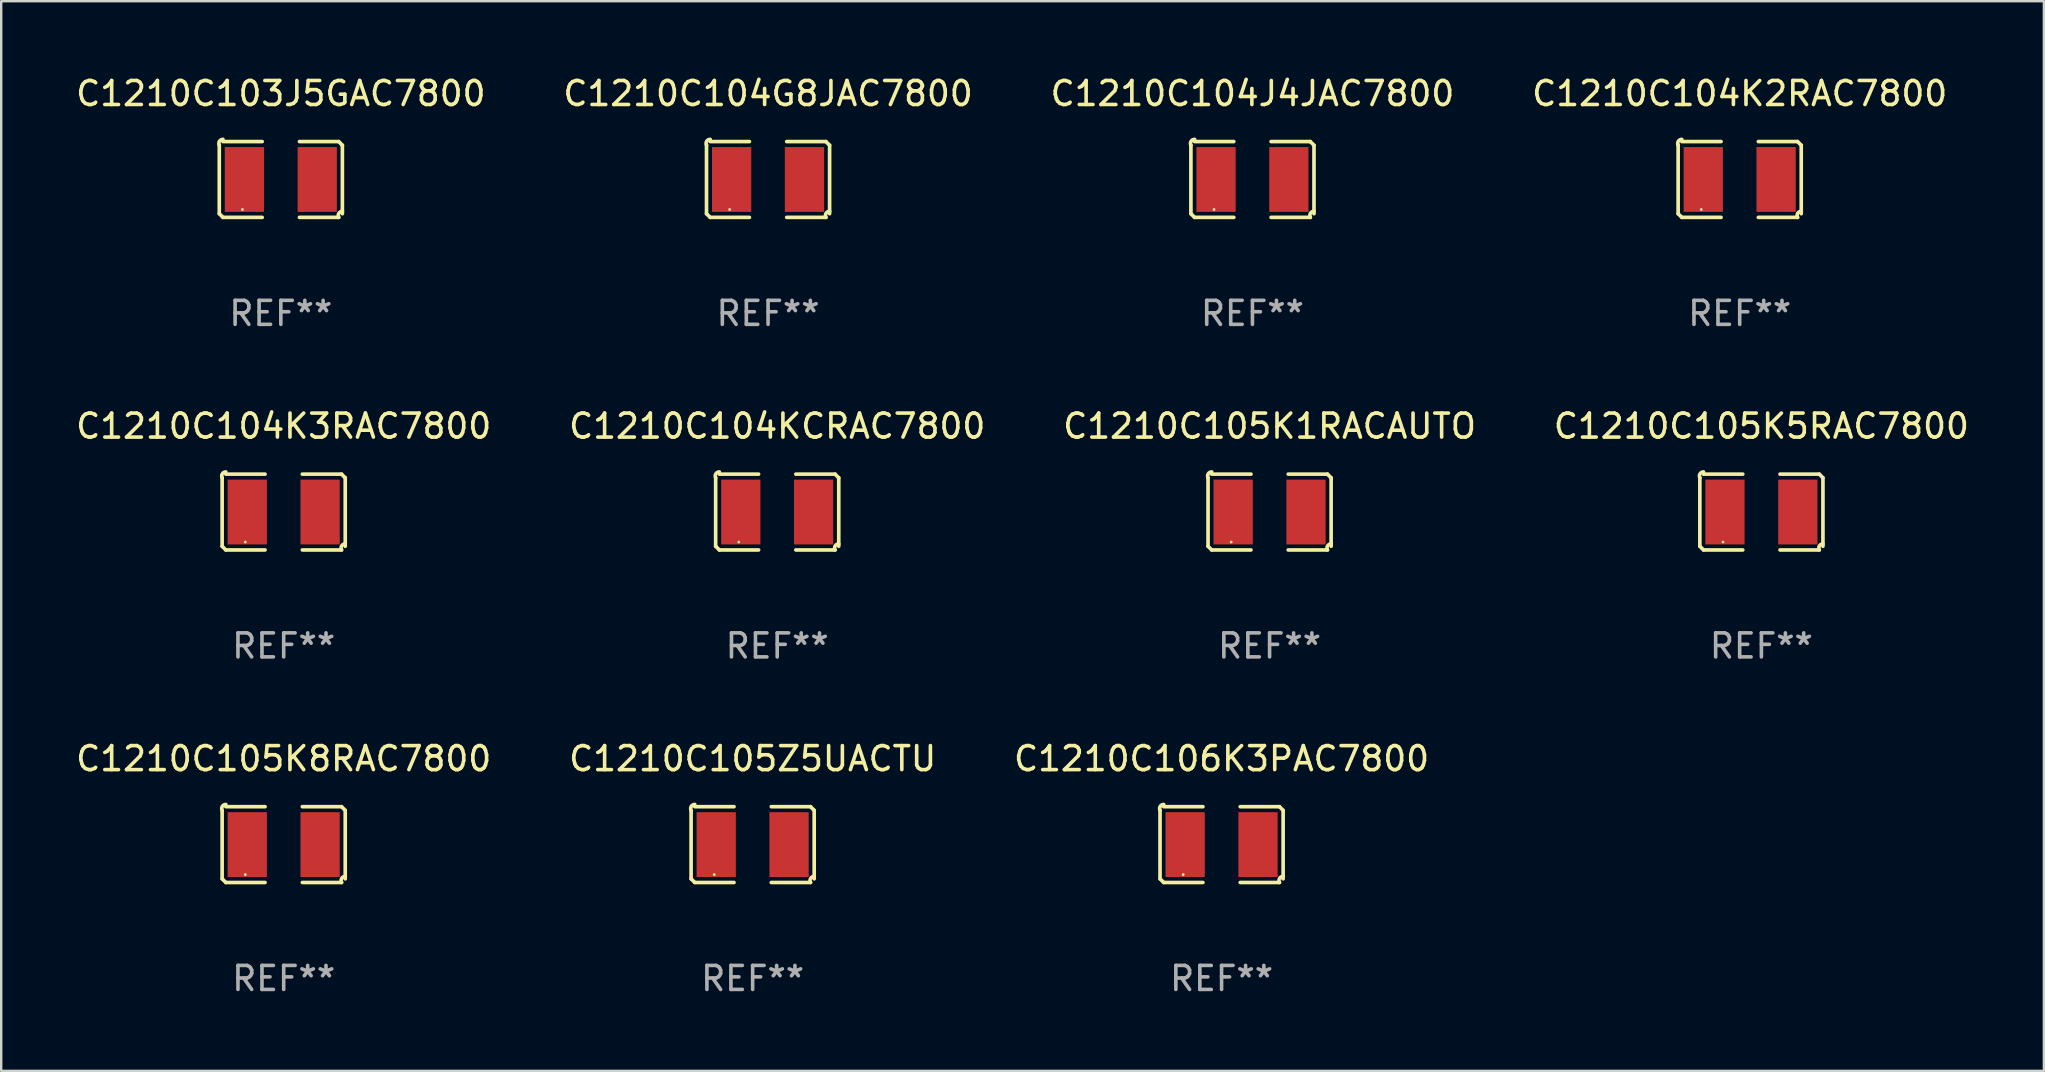
<source format=kicad_pcb>
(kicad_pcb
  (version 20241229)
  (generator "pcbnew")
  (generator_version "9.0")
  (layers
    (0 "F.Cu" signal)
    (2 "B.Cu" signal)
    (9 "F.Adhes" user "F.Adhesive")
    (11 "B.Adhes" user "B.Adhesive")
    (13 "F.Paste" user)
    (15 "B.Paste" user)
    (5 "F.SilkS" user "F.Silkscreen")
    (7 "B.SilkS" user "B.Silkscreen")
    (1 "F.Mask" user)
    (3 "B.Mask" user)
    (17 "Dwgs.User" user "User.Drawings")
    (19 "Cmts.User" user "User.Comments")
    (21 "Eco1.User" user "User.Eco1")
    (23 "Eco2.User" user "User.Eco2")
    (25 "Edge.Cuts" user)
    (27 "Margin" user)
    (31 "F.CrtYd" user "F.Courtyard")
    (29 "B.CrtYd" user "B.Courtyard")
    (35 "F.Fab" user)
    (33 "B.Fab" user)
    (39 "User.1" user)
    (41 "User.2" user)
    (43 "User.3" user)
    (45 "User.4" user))
  (footprint "C1210C105Z5UACTU"
    (layer "F.Cu")
    (at 28.304 32.134)
    (property "Reference" "C1210C105Z5UACTU" (at 0 -3.579 0) (layer "F.SilkS") (effects (font (size 1 1) (thickness 0.15))))
    (attr through_hole)
    (fp_line (start -2.564 1.426) (end -2.564 -1.426) (stroke (width 0.152) (type solid)) (layer "F.SilkS"))
    (fp_line (start -2.411 -1.579) (end -0.776 -1.579) (stroke (width 0.152) (type solid)) (layer "F.SilkS"))
    (fp_line (start -0.776 1.579) (end -2.411 1.579) (stroke (width 0.152) (type solid)) (layer "F.SilkS"))
    (fp_line (start 0.776 1.579) (end 2.411 1.579) (stroke (width 0.152) (type solid)) (layer "F.SilkS"))
    (fp_line (start 2.411 -1.579) (end 0.776 -1.579) (stroke (width 0.152) (type solid)) (layer "F.SilkS"))
    (fp_line (start 2.564 1.426) (end 2.564 -1.426) (stroke (width 0.152) (type solid)) (layer "F.SilkS"))
    (fp_arc (start -2.563602 -1.426213) (mid -2.555597 -1.591233) (end -2.411201 -1.671518) (stroke (width 0.1524) (type solid)) (layer "F.SilkS"))
    (fp_arc (start -2.5636 1.426214) (mid -2.487389 1.502402) (end -2.411201 1.578613) (stroke (width 0.1524) (type solid)) (layer "F.SilkS"))
    (fp_arc (start 2.411197 -1.578618) (mid 2.487403 -1.502419) (end 2.563602 -1.426213) (stroke (width 0.1524) (type solid)) (layer "F.SilkS"))
    (fp_arc (start 2.411201 1.578613) (mid 2.416214 1.409455) (end 2.563602 1.32629) (stroke (width 0.1524) (type solid)) (layer "F.SilkS"))
    (fp_circle (center -1.6 1.25) (end -1.57 1.25) (stroke (width 0.06) (type solid)) (fill no) (layer "F.SilkS"))
    (fp_text user "REF**" (at 0 5.579 0) (layer "F.Fab") (effects (font (size 1 1) (thickness 0.15))))
    (pad "1" smd rect (at -1.517 0) (size 1.635 2.7) (layers "F.Cu" "F.Mask" "F.Paste"))
    (pad "2" smd rect (at 1.517 0) (size 1.635 2.7) (layers "F.Cu" "F.Mask" "F.Paste")))
  (footprint "C1210C104J4JAC7800"
    (layer "F.Cu")
    (at 49.125 4.427)
    (property "Reference" "C1210C104J4JAC7800" (at 0 -3.579 0) (layer "F.SilkS") (effects (font (size 1 1) (thickness 0.15))))
    (attr through_hole)
    (fp_line (start -2.564 1.426) (end -2.564 -1.426) (stroke (width 0.152) (type solid)) (layer "F.SilkS"))
    (fp_line (start -2.411 -1.579) (end -0.776 -1.579) (stroke (width 0.152) (type solid)) (layer "F.SilkS"))
    (fp_line (start -0.776 1.579) (end -2.411 1.579) (stroke (width 0.152) (type solid)) (layer "F.SilkS"))
    (fp_line (start 0.776 1.579) (end 2.411 1.579) (stroke (width 0.152) (type solid)) (layer "F.SilkS"))
    (fp_line (start 2.411 -1.579) (end 0.776 -1.579) (stroke (width 0.152) (type solid)) (layer "F.SilkS"))
    (fp_line (start 2.564 1.426) (end 2.564 -1.426) (stroke (width 0.152) (type solid)) (layer "F.SilkS"))
    (fp_arc (start -2.563602 -1.426213) (mid -2.555597 -1.591233) (end -2.411201 -1.671518) (stroke (width 0.1524) (type solid)) (layer "F.SilkS"))
    (fp_arc (start -2.5636 1.426214) (mid -2.487389 1.502402) (end -2.411201 1.578613) (stroke (width 0.1524) (type solid)) (layer "F.SilkS"))
    (fp_arc (start 2.411197 -1.578618) (mid 2.487403 -1.502419) (end 2.563602 -1.426213) (stroke (width 0.1524) (type solid)) (layer "F.SilkS"))
    (fp_arc (start 2.411201 1.578613) (mid 2.416214 1.409455) (end 2.563602 1.32629) (stroke (width 0.1524) (type solid)) (layer "F.SilkS"))
    (fp_circle (center -1.6 1.25) (end -1.57 1.25) (stroke (width 0.06) (type solid)) (fill no) (layer "F.SilkS"))
    (fp_text user "REF**" (at 0 5.579 0) (layer "F.Fab") (effects (font (size 1 1) (thickness 0.15))))
    (pad "1" smd rect (at -1.517 0) (size 1.635 2.7) (layers "F.Cu" "F.Mask" "F.Paste"))
    (pad "2" smd rect (at 1.517 0) (size 1.635 2.7) (layers "F.Cu" "F.Mask" "F.Paste")))
  (footprint "C1210C104K3RAC7800"
    (layer "F.Cu")
    (at 8.768 18.281)
    (property "Reference" "C1210C104K3RAC7800" (at 0 -3.579 0) (layer "F.SilkS") (effects (font (size 1 1) (thickness 0.15))))
    (attr through_hole)
    (fp_line (start -2.564 1.426) (end -2.564 -1.426) (stroke (width 0.152) (type solid)) (layer "F.SilkS"))
    (fp_line (start -2.411 -1.579) (end -0.776 -1.579) (stroke (width 0.152) (type solid)) (layer "F.SilkS"))
    (fp_line (start -0.776 1.579) (end -2.411 1.579) (stroke (width 0.152) (type solid)) (layer "F.SilkS"))
    (fp_line (start 0.776 1.579) (end 2.411 1.579) (stroke (width 0.152) (type solid)) (layer "F.SilkS"))
    (fp_line (start 2.411 -1.579) (end 0.776 -1.579) (stroke (width 0.152) (type solid)) (layer "F.SilkS"))
    (fp_line (start 2.564 1.426) (end 2.564 -1.426) (stroke (width 0.152) (type solid)) (layer "F.SilkS"))
    (fp_arc (start -2.563602 -1.426213) (mid -2.555597 -1.591233) (end -2.411201 -1.671518) (stroke (width 0.1524) (type solid)) (layer "F.SilkS"))
    (fp_arc (start -2.5636 1.426214) (mid -2.487389 1.502402) (end -2.411201 1.578613) (stroke (width 0.1524) (type solid)) (layer "F.SilkS"))
    (fp_arc (start 2.411197 -1.578618) (mid 2.487403 -1.502419) (end 2.563602 -1.426213) (stroke (width 0.1524) (type solid)) (layer "F.SilkS"))
    (fp_arc (start 2.411201 1.578613) (mid 2.416214 1.409455) (end 2.563602 1.32629) (stroke (width 0.1524) (type solid)) (layer "F.SilkS"))
    (fp_circle (center -1.6 1.25) (end -1.57 1.25) (stroke (width 0.06) (type solid)) (fill no) (layer "F.SilkS"))
    (fp_text user "REF**" (at 0 5.579 0) (layer "F.Fab") (effects (font (size 1 1) (thickness 0.15))))
    (pad "1" smd rect (at -1.517 0) (size 1.635 2.7) (layers "F.Cu" "F.Mask" "F.Paste"))
    (pad "2" smd rect (at 1.517 0) (size 1.635 2.7) (layers "F.Cu" "F.Mask" "F.Paste")))
  (footprint "C1210C104K2RAC7800"
    (layer "F.Cu")
    (at 69.423 4.427)
    (property "Reference" "C1210C104K2RAC7800" (at 0 -3.579 0) (layer "F.SilkS") (effects (font (size 1 1) (thickness 0.15))))
    (attr through_hole)
    (fp_line (start -2.564 1.426) (end -2.564 -1.426) (stroke (width 0.152) (type solid)) (layer "F.SilkS"))
    (fp_line (start -2.411 -1.579) (end -0.776 -1.579) (stroke (width 0.152) (type solid)) (layer "F.SilkS"))
    (fp_line (start -0.776 1.579) (end -2.411 1.579) (stroke (width 0.152) (type solid)) (layer "F.SilkS"))
    (fp_line (start 0.776 1.579) (end 2.411 1.579) (stroke (width 0.152) (type solid)) (layer "F.SilkS"))
    (fp_line (start 2.411 -1.579) (end 0.776 -1.579) (stroke (width 0.152) (type solid)) (layer "F.SilkS"))
    (fp_line (start 2.564 1.426) (end 2.564 -1.426) (stroke (width 0.152) (type solid)) (layer "F.SilkS"))
    (fp_arc (start -2.563602 -1.426213) (mid -2.555597 -1.591233) (end -2.411201 -1.671518) (stroke (width 0.1524) (type solid)) (layer "F.SilkS"))
    (fp_arc (start -2.5636 1.426214) (mid -2.487389 1.502402) (end -2.411201 1.578613) (stroke (width 0.1524) (type solid)) (layer "F.SilkS"))
    (fp_arc (start 2.411197 -1.578618) (mid 2.487403 -1.502419) (end 2.563602 -1.426213) (stroke (width 0.1524) (type solid)) (layer "F.SilkS"))
    (fp_arc (start 2.411201 1.578613) (mid 2.416214 1.409455) (end 2.563602 1.32629) (stroke (width 0.1524) (type solid)) (layer "F.SilkS"))
    (fp_circle (center -1.6 1.25) (end -1.57 1.25) (stroke (width 0.06) (type solid)) (fill no) (layer "F.SilkS"))
    (fp_text user "REF**" (at 0 5.579 0) (layer "F.Fab") (effects (font (size 1 1) (thickness 0.15))))
    (pad "1" smd rect (at -1.517 0) (size 1.635 2.7) (layers "F.Cu" "F.Mask" "F.Paste"))
    (pad "2" smd rect (at 1.517 0) (size 1.635 2.7) (layers "F.Cu" "F.Mask" "F.Paste")))
  (footprint "C1210C104KCRAC7800"
    (layer "F.Cu")
    (at 29.327 18.281)
    (property "Reference" "C1210C104KCRAC7800" (at 0 -3.579 0) (layer "F.SilkS") (effects (font (size 1 1) (thickness 0.15))))
    (attr through_hole)
    (fp_line (start -2.564 1.426) (end -2.564 -1.426) (stroke (width 0.152) (type solid)) (layer "F.SilkS"))
    (fp_line (start -2.411 -1.579) (end -0.776 -1.579) (stroke (width 0.152) (type solid)) (layer "F.SilkS"))
    (fp_line (start -0.776 1.579) (end -2.411 1.579) (stroke (width 0.152) (type solid)) (layer "F.SilkS"))
    (fp_line (start 0.776 1.579) (end 2.411 1.579) (stroke (width 0.152) (type solid)) (layer "F.SilkS"))
    (fp_line (start 2.411 -1.579) (end 0.776 -1.579) (stroke (width 0.152) (type solid)) (layer "F.SilkS"))
    (fp_line (start 2.564 1.426) (end 2.564 -1.426) (stroke (width 0.152) (type solid)) (layer "F.SilkS"))
    (fp_arc (start -2.563602 -1.426213) (mid -2.555597 -1.591233) (end -2.411201 -1.671518) (stroke (width 0.1524) (type solid)) (layer "F.SilkS"))
    (fp_arc (start -2.5636 1.426214) (mid -2.487389 1.502402) (end -2.411201 1.578613) (stroke (width 0.1524) (type solid)) (layer "F.SilkS"))
    (fp_arc (start 2.411197 -1.578618) (mid 2.487403 -1.502419) (end 2.563602 -1.426213) (stroke (width 0.1524) (type solid)) (layer "F.SilkS"))
    (fp_arc (start 2.411201 1.578613) (mid 2.416214 1.409455) (end 2.563602 1.32629) (stroke (width 0.1524) (type solid)) (layer "F.SilkS"))
    (fp_circle (center -1.6 1.25) (end -1.57 1.25) (stroke (width 0.06) (type solid)) (fill no) (layer "F.SilkS"))
    (fp_text user "REF**" (at 0 5.579 0) (layer "F.Fab") (effects (font (size 1 1) (thickness 0.15))))
    (pad "1" smd rect (at -1.517 0) (size 1.635 2.7) (layers "F.Cu" "F.Mask" "F.Paste"))
    (pad "2" smd rect (at 1.517 0) (size 1.635 2.7) (layers "F.Cu" "F.Mask" "F.Paste")))
  (footprint "C1210C106K3PAC7800"
    (layer "F.Cu")
    (at 47.839 32.134)
    (property "Reference" "C1210C106K3PAC7800" (at 0 -3.579 0) (layer "F.SilkS") (effects (font (size 1 1) (thickness 0.15))))
    (attr through_hole)
    (fp_line (start -2.564 1.426) (end -2.564 -1.426) (stroke (width 0.152) (type solid)) (layer "F.SilkS"))
    (fp_line (start -2.411 -1.579) (end -0.776 -1.579) (stroke (width 0.152) (type solid)) (layer "F.SilkS"))
    (fp_line (start -0.776 1.579) (end -2.411 1.579) (stroke (width 0.152) (type solid)) (layer "F.SilkS"))
    (fp_line (start 0.776 1.579) (end 2.411 1.579) (stroke (width 0.152) (type solid)) (layer "F.SilkS"))
    (fp_line (start 2.411 -1.579) (end 0.776 -1.579) (stroke (width 0.152) (type solid)) (layer "F.SilkS"))
    (fp_line (start 2.564 1.426) (end 2.564 -1.426) (stroke (width 0.152) (type solid)) (layer "F.SilkS"))
    (fp_arc (start -2.563602 -1.426213) (mid -2.555597 -1.591233) (end -2.411201 -1.671518) (stroke (width 0.1524) (type solid)) (layer "F.SilkS"))
    (fp_arc (start -2.5636 1.426214) (mid -2.487389 1.502402) (end -2.411201 1.578613) (stroke (width 0.1524) (type solid)) (layer "F.SilkS"))
    (fp_arc (start 2.411197 -1.578618) (mid 2.487403 -1.502419) (end 2.563602 -1.426213) (stroke (width 0.1524) (type solid)) (layer "F.SilkS"))
    (fp_arc (start 2.411201 1.578613) (mid 2.416214 1.409455) (end 2.563602 1.32629) (stroke (width 0.1524) (type solid)) (layer "F.SilkS"))
    (fp_circle (center -1.6 1.25) (end -1.57 1.25) (stroke (width 0.06) (type solid)) (fill no) (layer "F.SilkS"))
    (fp_text user "REF**" (at 0 5.579 0) (layer "F.Fab") (effects (font (size 1 1) (thickness 0.15))))
    (pad "1" smd rect (at -1.517 0) (size 1.635 2.7) (layers "F.Cu" "F.Mask" "F.Paste"))
    (pad "2" smd rect (at 1.517 0) (size 1.635 2.7) (layers "F.Cu" "F.Mask" "F.Paste")))
  (footprint "C1210C104G8JAC7800"
    (layer "F.Cu")
    (at 28.946 4.427)
    (property "Reference" "C1210C104G8JAC7800" (at 0 -3.579 0) (layer "F.SilkS") (effects (font (size 1 1) (thickness 0.15))))
    (attr through_hole)
    (fp_line (start -2.564 1.426) (end -2.564 -1.426) (stroke (width 0.152) (type solid)) (layer "F.SilkS"))
    (fp_line (start -2.411 -1.579) (end -0.776 -1.579) (stroke (width 0.152) (type solid)) (layer "F.SilkS"))
    (fp_line (start -0.776 1.579) (end -2.411 1.579) (stroke (width 0.152) (type solid)) (layer "F.SilkS"))
    (fp_line (start 0.776 1.579) (end 2.411 1.579) (stroke (width 0.152) (type solid)) (layer "F.SilkS"))
    (fp_line (start 2.411 -1.579) (end 0.776 -1.579) (stroke (width 0.152) (type solid)) (layer "F.SilkS"))
    (fp_line (start 2.564 1.426) (end 2.564 -1.426) (stroke (width 0.152) (type solid)) (layer "F.SilkS"))
    (fp_arc (start -2.563602 -1.426213) (mid -2.555597 -1.591233) (end -2.411201 -1.671518) (stroke (width 0.1524) (type solid)) (layer "F.SilkS"))
    (fp_arc (start -2.5636 1.426214) (mid -2.487389 1.502402) (end -2.411201 1.578613) (stroke (width 0.1524) (type solid)) (layer "F.SilkS"))
    (fp_arc (start 2.411197 -1.578618) (mid 2.487403 -1.502419) (end 2.563602 -1.426213) (stroke (width 0.1524) (type solid)) (layer "F.SilkS"))
    (fp_arc (start 2.411201 1.578613) (mid 2.416214 1.409455) (end 2.563602 1.32629) (stroke (width 0.1524) (type solid)) (layer "F.SilkS"))
    (fp_circle (center -1.6 1.25) (end -1.57 1.25) (stroke (width 0.06) (type solid)) (fill no) (layer "F.SilkS"))
    (fp_text user "REF**" (at 0 5.579 0) (layer "F.Fab") (effects (font (size 1 1) (thickness 0.15))))
    (pad "1" smd rect (at -1.517 0) (size 1.635 2.7) (layers "F.Cu" "F.Mask" "F.Paste"))
    (pad "2" smd rect (at 1.517 0) (size 1.635 2.7) (layers "F.Cu" "F.Mask" "F.Paste")))
  (footprint "C1210C105K1RACAUTO"
    (layer "F.Cu")
    (at 49.839 18.281)
    (property "Reference" "C1210C105K1RACAUTO" (at 0 -3.579 0) (layer "F.SilkS") (effects (font (size 1 1) (thickness 0.15))))
    (attr through_hole)
    (fp_line (start -2.564 1.426) (end -2.564 -1.426) (stroke (width 0.152) (type solid)) (layer "F.SilkS"))
    (fp_line (start -2.411 -1.579) (end -0.776 -1.579) (stroke (width 0.152) (type solid)) (layer "F.SilkS"))
    (fp_line (start -0.776 1.579) (end -2.411 1.579) (stroke (width 0.152) (type solid)) (layer "F.SilkS"))
    (fp_line (start 0.776 1.579) (end 2.411 1.579) (stroke (width 0.152) (type solid)) (layer "F.SilkS"))
    (fp_line (start 2.411 -1.579) (end 0.776 -1.579) (stroke (width 0.152) (type solid)) (layer "F.SilkS"))
    (fp_line (start 2.564 1.426) (end 2.564 -1.426) (stroke (width 0.152) (type solid)) (layer "F.SilkS"))
    (fp_arc (start -2.563602 -1.426213) (mid -2.555597 -1.591233) (end -2.411201 -1.671518) (stroke (width 0.1524) (type solid)) (layer "F.SilkS"))
    (fp_arc (start -2.5636 1.426214) (mid -2.487389 1.502402) (end -2.411201 1.578613) (stroke (width 0.1524) (type solid)) (layer "F.SilkS"))
    (fp_arc (start 2.411197 -1.578618) (mid 2.487403 -1.502419) (end 2.563602 -1.426213) (stroke (width 0.1524) (type solid)) (layer "F.SilkS"))
    (fp_arc (start 2.411201 1.578613) (mid 2.416214 1.409455) (end 2.563602 1.32629) (stroke (width 0.1524) (type solid)) (layer "F.SilkS"))
    (fp_circle (center -1.6 1.25) (end -1.57 1.25) (stroke (width 0.06) (type solid)) (fill no) (layer "F.SilkS"))
    (fp_text user "REF**" (at 0 5.579 0) (layer "F.Fab") (effects (font (size 1 1) (thickness 0.15))))
    (pad "1" smd rect (at -1.517 0) (size 1.635 2.7) (layers "F.Cu" "F.Mask" "F.Paste"))
    (pad "2" smd rect (at 1.517 0) (size 1.635 2.7) (layers "F.Cu" "F.Mask" "F.Paste")))
  (footprint "C1210C105K5RAC7800"
    (layer "F.Cu")
    (at 70.327 18.281)
    (property "Reference" "C1210C105K5RAC7800" (at 0 -3.579 0) (layer "F.SilkS") (effects (font (size 1 1) (thickness 0.15))))
    (attr through_hole)
    (fp_line (start -2.564 1.426) (end -2.564 -1.426) (stroke (width 0.152) (type solid)) (layer "F.SilkS"))
    (fp_line (start -2.411 -1.579) (end -0.776 -1.579) (stroke (width 0.152) (type solid)) (layer "F.SilkS"))
    (fp_line (start -0.776 1.579) (end -2.411 1.579) (stroke (width 0.152) (type solid)) (layer "F.SilkS"))
    (fp_line (start 0.776 1.579) (end 2.411 1.579) (stroke (width 0.152) (type solid)) (layer "F.SilkS"))
    (fp_line (start 2.411 -1.579) (end 0.776 -1.579) (stroke (width 0.152) (type solid)) (layer "F.SilkS"))
    (fp_line (start 2.564 1.426) (end 2.564 -1.426) (stroke (width 0.152) (type solid)) (layer "F.SilkS"))
    (fp_arc (start -2.563602 -1.426213) (mid -2.555597 -1.591233) (end -2.411201 -1.671518) (stroke (width 0.1524) (type solid)) (layer "F.SilkS"))
    (fp_arc (start -2.5636 1.426214) (mid -2.487389 1.502402) (end -2.411201 1.578613) (stroke (width 0.1524) (type solid)) (layer "F.SilkS"))
    (fp_arc (start 2.411197 -1.578618) (mid 2.487403 -1.502419) (end 2.563602 -1.426213) (stroke (width 0.1524) (type solid)) (layer "F.SilkS"))
    (fp_arc (start 2.411201 1.578613) (mid 2.416214 1.409455) (end 2.563602 1.32629) (stroke (width 0.1524) (type solid)) (layer "F.SilkS"))
    (fp_circle (center -1.6 1.25) (end -1.57 1.25) (stroke (width 0.06) (type solid)) (fill no) (layer "F.SilkS"))
    (fp_text user "REF**" (at 0 5.579 0) (layer "F.Fab") (effects (font (size 1 1) (thickness 0.15))))
    (pad "1" smd rect (at -1.517 0) (size 1.635 2.7) (layers "F.Cu" "F.Mask" "F.Paste"))
    (pad "2" smd rect (at 1.517 0) (size 1.635 2.7) (layers "F.Cu" "F.Mask" "F.Paste")))
  (footprint "C1210C103J5GAC7800"
    (layer "F.Cu")
    (at 8.649 4.427)
    (property "Reference" "C1210C103J5GAC7800" (at 0 -3.579 0) (layer "F.SilkS") (effects (font (size 1 1) (thickness 0.15))))
    (attr through_hole)
    (fp_line (start -2.564 1.426) (end -2.564 -1.426) (stroke (width 0.152) (type solid)) (layer "F.SilkS"))
    (fp_line (start -2.411 -1.579) (end -0.776 -1.579) (stroke (width 0.152) (type solid)) (layer "F.SilkS"))
    (fp_line (start -0.776 1.579) (end -2.411 1.579) (stroke (width 0.152) (type solid)) (layer "F.SilkS"))
    (fp_line (start 0.776 1.579) (end 2.411 1.579) (stroke (width 0.152) (type solid)) (layer "F.SilkS"))
    (fp_line (start 2.411 -1.579) (end 0.776 -1.579) (stroke (width 0.152) (type solid)) (layer "F.SilkS"))
    (fp_line (start 2.564 1.426) (end 2.564 -1.426) (stroke (width 0.152) (type solid)) (layer "F.SilkS"))
    (fp_arc (start -2.563602 -1.426213) (mid -2.555597 -1.591233) (end -2.411201 -1.671518) (stroke (width 0.1524) (type solid)) (layer "F.SilkS"))
    (fp_arc (start -2.5636 1.426214) (mid -2.487389 1.502402) (end -2.411201 1.578613) (stroke (width 0.1524) (type solid)) (layer "F.SilkS"))
    (fp_arc (start 2.411197 -1.578618) (mid 2.487403 -1.502419) (end 2.563602 -1.426213) (stroke (width 0.1524) (type solid)) (layer "F.SilkS"))
    (fp_arc (start 2.411201 1.578613) (mid 2.416214 1.409455) (end 2.563602 1.32629) (stroke (width 0.1524) (type solid)) (layer "F.SilkS"))
    (fp_circle (center -1.6 1.25) (end -1.57 1.25) (stroke (width 0.06) (type solid)) (fill no) (layer "F.SilkS"))
    (fp_text user "REF**" (at 0 5.579 0) (layer "F.Fab") (effects (font (size 1 1) (thickness 0.15))))
    (pad "1" smd rect (at -1.517 0) (size 1.635 2.7) (layers "F.Cu" "F.Mask" "F.Paste"))
    (pad "2" smd rect (at 1.517 0) (size 1.635 2.7) (layers "F.Cu" "F.Mask" "F.Paste")))
  (footprint "C1210C105K8RAC7800"
    (layer "F.Cu")
    (at 8.768 32.134)
    (property "Reference" "C1210C105K8RAC7800" (at 0 -3.579 0) (layer "F.SilkS") (effects (font (size 1 1) (thickness 0.15))))
    (attr through_hole)
    (fp_line (start -2.564 1.426) (end -2.564 -1.426) (stroke (width 0.152) (type solid)) (layer "F.SilkS"))
    (fp_line (start -2.411 -1.579) (end -0.776 -1.579) (stroke (width 0.152) (type solid)) (layer "F.SilkS"))
    (fp_line (start -0.776 1.579) (end -2.411 1.579) (stroke (width 0.152) (type solid)) (layer "F.SilkS"))
    (fp_line (start 0.776 1.579) (end 2.411 1.579) (stroke (width 0.152) (type solid)) (layer "F.SilkS"))
    (fp_line (start 2.411 -1.579) (end 0.776 -1.579) (stroke (width 0.152) (type solid)) (layer "F.SilkS"))
    (fp_line (start 2.564 1.426) (end 2.564 -1.426) (stroke (width 0.152) (type solid)) (layer "F.SilkS"))
    (fp_arc (start -2.563602 -1.426213) (mid -2.555597 -1.591233) (end -2.411201 -1.671518) (stroke (width 0.1524) (type solid)) (layer "F.SilkS"))
    (fp_arc (start -2.5636 1.426214) (mid -2.487389 1.502402) (end -2.411201 1.578613) (stroke (width 0.1524) (type solid)) (layer "F.SilkS"))
    (fp_arc (start 2.411197 -1.578618) (mid 2.487403 -1.502419) (end 2.563602 -1.426213) (stroke (width 0.1524) (type solid)) (layer "F.SilkS"))
    (fp_arc (start 2.411201 1.578613) (mid 2.416214 1.409455) (end 2.563602 1.32629) (stroke (width 0.1524) (type solid)) (layer "F.SilkS"))
    (fp_circle (center -1.6 1.25) (end -1.57 1.25) (stroke (width 0.06) (type solid)) (fill no) (layer "F.SilkS"))
    (fp_text user "REF**" (at 0 5.579 0) (layer "F.Fab") (effects (font (size 1 1) (thickness 0.15))))
    (pad "1" smd rect (at -1.517 0) (size 1.635 2.7) (layers "F.Cu" "F.Mask" "F.Paste"))
    (pad "2" smd rect (at 1.517 0) (size 1.635 2.7) (layers "F.Cu" "F.Mask" "F.Paste")))
  (gr_rect
    (start -3 -3)
    (end 82.095 41.561)
    (stroke (width 0.1) (type default))
    (fill no)
    (layer "Edge.Cuts")))
</source>
